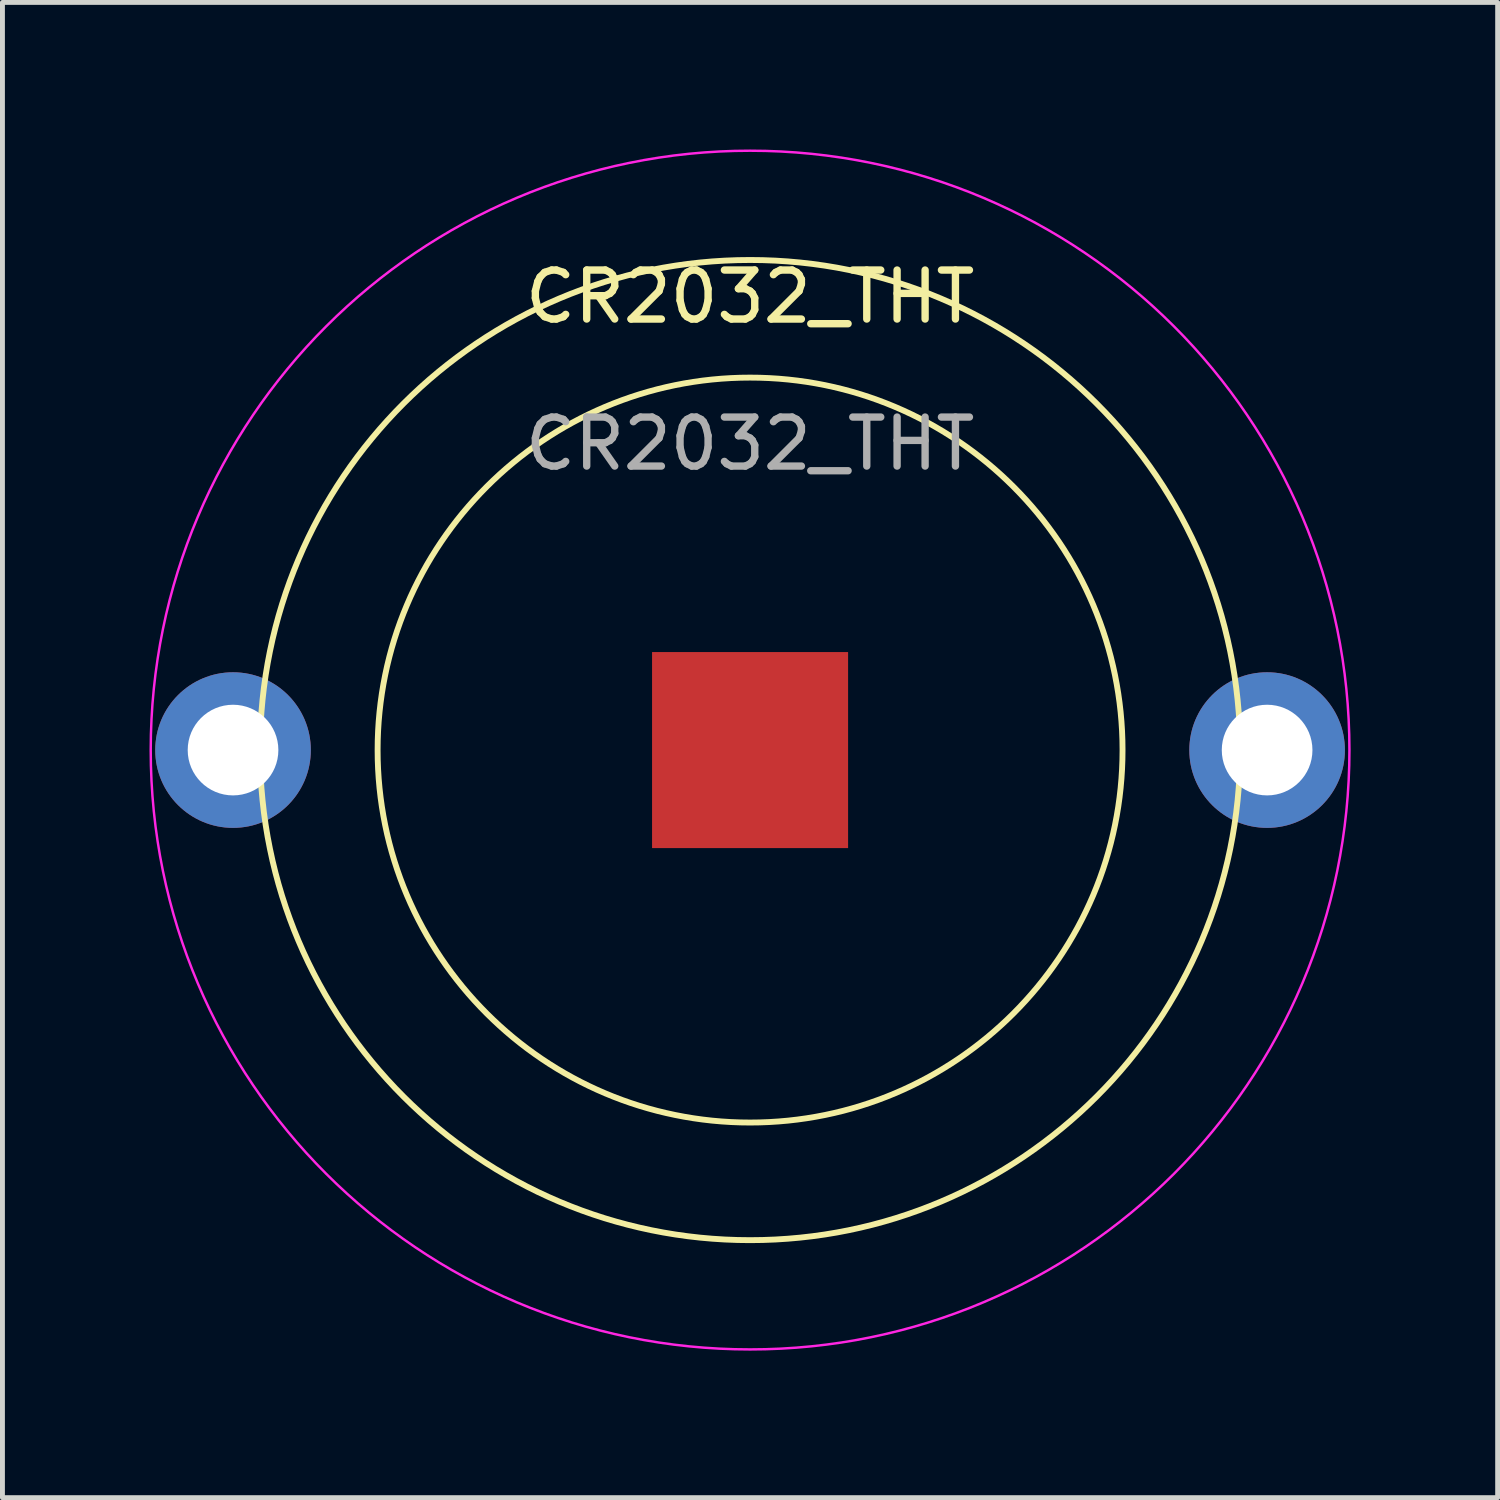
<source format=kicad_pcb>
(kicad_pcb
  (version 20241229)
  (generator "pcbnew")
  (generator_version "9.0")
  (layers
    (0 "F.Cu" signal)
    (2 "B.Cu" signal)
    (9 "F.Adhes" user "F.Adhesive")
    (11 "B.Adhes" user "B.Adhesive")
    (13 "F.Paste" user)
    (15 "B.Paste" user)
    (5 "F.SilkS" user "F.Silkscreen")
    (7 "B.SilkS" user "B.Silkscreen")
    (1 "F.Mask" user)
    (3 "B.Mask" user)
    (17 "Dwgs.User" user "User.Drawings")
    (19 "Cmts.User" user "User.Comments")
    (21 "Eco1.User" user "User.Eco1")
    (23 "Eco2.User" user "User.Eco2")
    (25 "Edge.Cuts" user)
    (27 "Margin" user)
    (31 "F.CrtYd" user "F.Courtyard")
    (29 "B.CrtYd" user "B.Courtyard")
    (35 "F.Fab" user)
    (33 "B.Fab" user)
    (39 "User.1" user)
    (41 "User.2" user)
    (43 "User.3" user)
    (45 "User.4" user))
  (footprint "CR2032_THT"
    (layer "F.Cu")
    (at 12.255 12.255)
    (property "Reference" "CR2032_THT" (at 0 -9.25 0) (unlocked yes) (layer "F.SilkS") (effects (font (size 1 1) (thickness 0.15))))
    (attr through_hole)
    (fp_circle (center 0 0) (end 7.6 0) (stroke (width 0.12) (type solid)) (fill no) (layer "F.SilkS"))
    (fp_circle (center 0 0) (end 10 0) (stroke (width 0.12) (type solid)) (fill no) (layer "F.SilkS"))
    (fp_circle (center 0 0) (end 8 9.25) (stroke (width 0.05) (type solid)) (fill no) (layer "F.CrtYd"))
    (fp_text user "${REFERENCE}" (at 0 -6.25 0) (unlocked yes) (layer "F.Fab") (effects (font (size 1 1) (thickness 0.15))))
    (pad "1" smd rect (at 0 0) (size 4 4) (layers "F.Cu" "F.Mask" "F.Paste"))
    (pad "2" thru_hole circle (at -10.55 0) (size 3.175 3.175) (drill 1.85) (layers "*.Cu" "*.Mask"))
    (pad "2" thru_hole circle (at 10.55 0) (size 3.175 3.175) (drill 1.85) (layers "*.Cu" "*.Mask")))
  (gr_rect
    (start -3 -3)
    (end 27.509 27.509)
    (stroke (width 0.1) (type default))
    (fill no)
    (layer "Edge.Cuts")))
</source>
